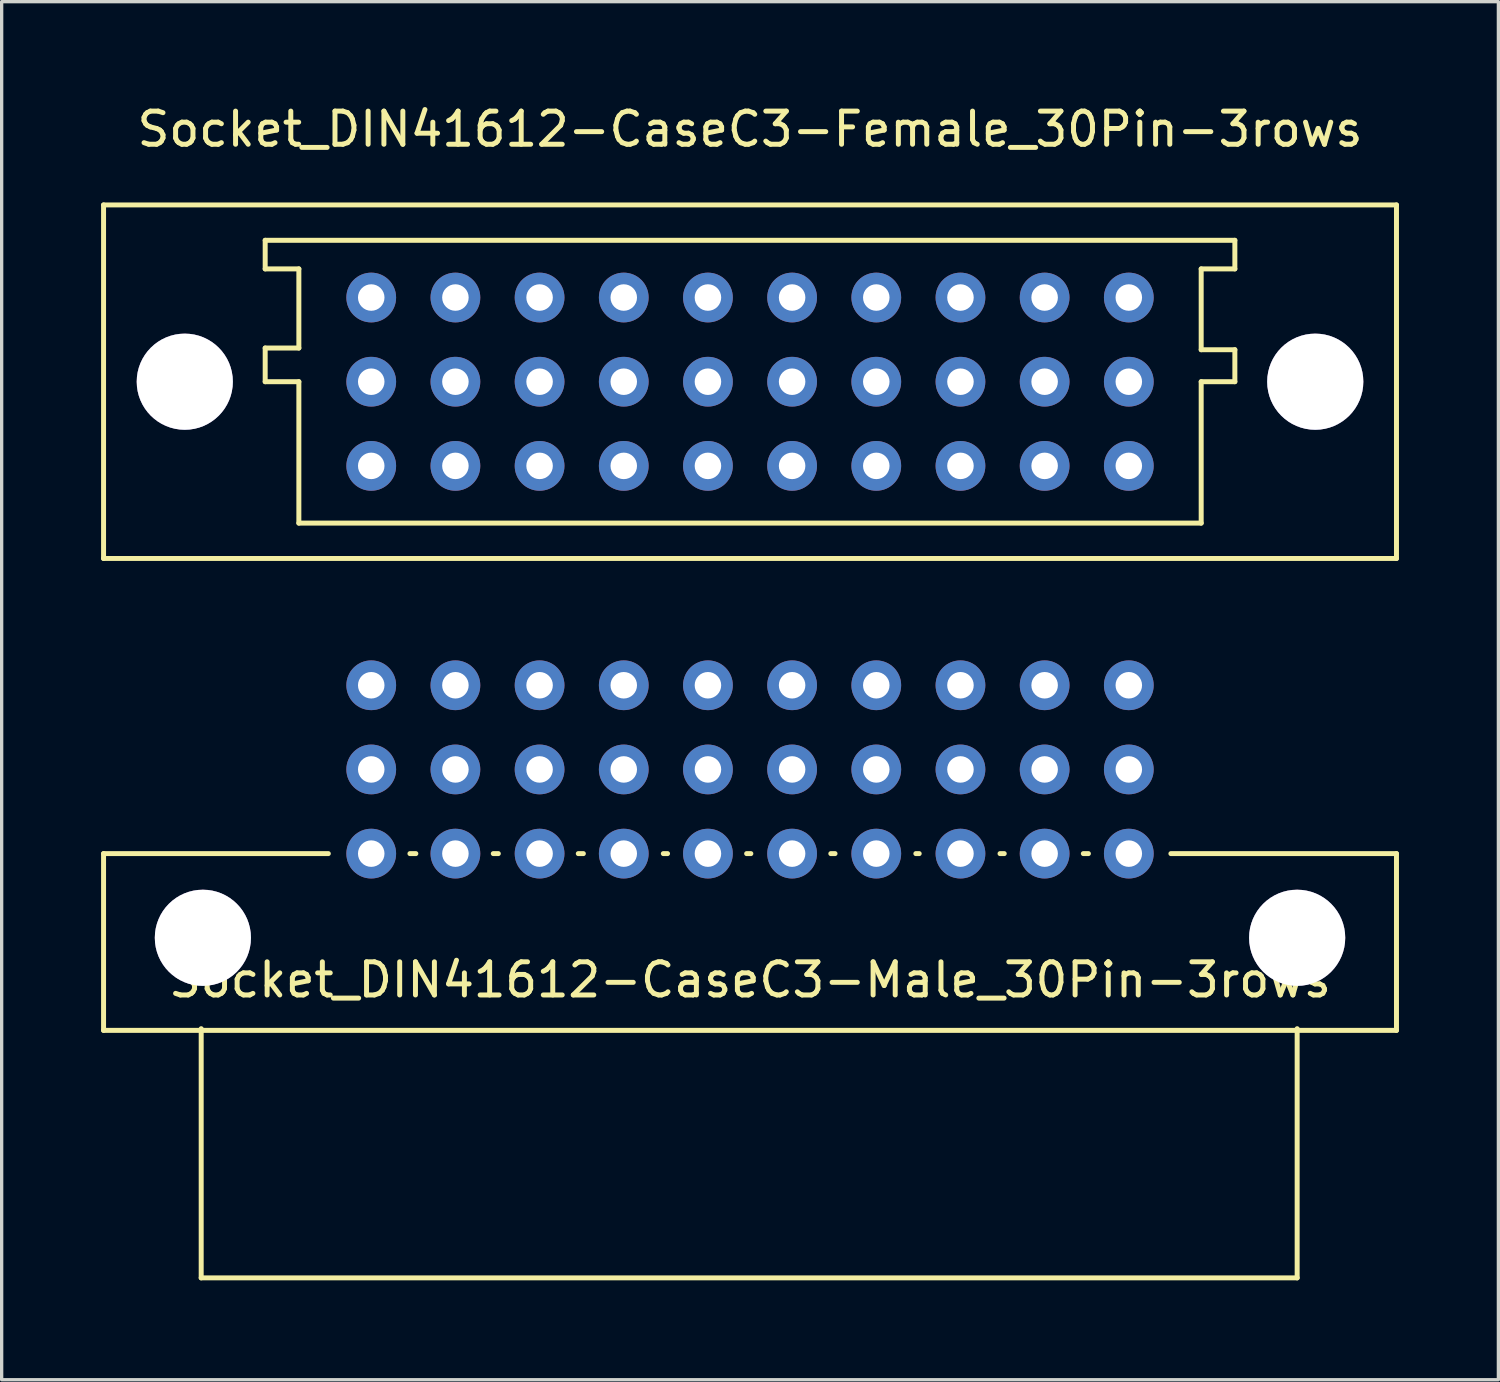
<source format=kicad_pcb>
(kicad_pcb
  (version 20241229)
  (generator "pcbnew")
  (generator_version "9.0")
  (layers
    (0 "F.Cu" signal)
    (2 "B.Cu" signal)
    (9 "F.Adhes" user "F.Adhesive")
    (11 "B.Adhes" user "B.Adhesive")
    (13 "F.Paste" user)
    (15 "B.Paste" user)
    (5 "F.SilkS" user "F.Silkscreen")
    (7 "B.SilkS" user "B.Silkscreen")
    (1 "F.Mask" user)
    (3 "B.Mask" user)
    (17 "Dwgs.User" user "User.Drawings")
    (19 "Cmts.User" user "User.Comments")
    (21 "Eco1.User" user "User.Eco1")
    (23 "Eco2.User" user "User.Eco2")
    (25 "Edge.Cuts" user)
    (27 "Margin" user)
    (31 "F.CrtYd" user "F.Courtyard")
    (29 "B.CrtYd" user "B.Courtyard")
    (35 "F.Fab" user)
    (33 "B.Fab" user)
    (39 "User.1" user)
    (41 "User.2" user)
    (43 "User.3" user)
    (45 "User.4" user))
  (footprint "Socket_DIN41612-CaseC3-Male_30Pin-3rows"
    (layer "F.Cu")
    (at 19.582 20.168)
    (property "Reference" "Socket_DIN41612-CaseC3-Male_30Pin-3rows" (at 0 6.35 0) (layer "F.SilkS") (effects (font (size 1 1) (thickness 0.15))))
    (attr through_hole)
    (fp_line (start -19.507 2.54) (end -12.725 2.54) (stroke (width 0.15) (type solid)) (layer "F.SilkS"))
    (fp_line (start -19.507 7.874) (end -19.507 2.54) (stroke (width 0.15) (type solid)) (layer "F.SilkS"))
    (fp_line (start -16.561 15.342) (end -16.561 7.823) (stroke (width 0.15) (type solid)) (layer "F.SilkS"))
    (fp_line (start -10.262 2.54) (end -10.084 2.54) (stroke (width 0.15) (type solid)) (layer "F.SilkS"))
    (fp_line (start -7.747 2.54) (end -7.595 2.54) (stroke (width 0.15) (type solid)) (layer "F.SilkS"))
    (fp_line (start -5.182 2.54) (end -5.029 2.54) (stroke (width 0.15) (type solid)) (layer "F.SilkS"))
    (fp_line (start -2.616 2.54) (end -2.489 2.54) (stroke (width 0.15) (type solid)) (layer "F.SilkS"))
    (fp_line (start -0.102 2.54) (end 0.025 2.54) (stroke (width 0.15) (type solid)) (layer "F.SilkS"))
    (fp_line (start 2.438 2.54) (end 2.565 2.54) (stroke (width 0.15) (type solid)) (layer "F.SilkS"))
    (fp_line (start 5.004 2.54) (end 5.105 2.54) (stroke (width 0.15) (type solid)) (layer "F.SilkS"))
    (fp_line (start 7.544 2.54) (end 7.671 2.54) (stroke (width 0.15) (type solid)) (layer "F.SilkS"))
    (fp_line (start 10.058 2.54) (end 10.211 2.54) (stroke (width 0.15) (type solid)) (layer "F.SilkS"))
    (fp_line (start 12.7 2.54) (end 19.507 2.54) (stroke (width 0.15) (type solid)) (layer "F.SilkS"))
    (fp_line (start 16.51 7.823) (end 16.51 15.342) (stroke (width 0.15) (type solid)) (layer "F.SilkS"))
    (fp_line (start 16.51 15.342) (end -16.561 15.342) (stroke (width 0.15) (type solid)) (layer "F.SilkS"))
    (fp_line (start 19.507 2.54) (end 19.507 7.874) (stroke (width 0.15) (type solid)) (layer "F.SilkS"))
    (fp_line (start 19.507 7.874) (end -19.507 7.874) (stroke (width 0.15) (type solid)) (layer "F.SilkS"))
    (pad "1" thru_hole circle (at -16.51 5.08) (size 2.901 2.901) (drill 2.901) (layers "*.Cu" "*.Mask"))
    (pad "1" thru_hole circle (at 16.51 5.08) (size 2.901 2.901) (drill 2.901) (layers "*.Cu" "*.Mask"))
    (pad "1a" thru_hole circle (at 11.43 -2.54 180) (size 1.501 1.501) (drill 0.8) (layers "*.Cu" "*.Mask"))
    (pad "1b" thru_hole circle (at 11.43 0 180) (size 1.501 1.501) (drill 0.8) (layers "*.Cu" "*.Mask"))
    (pad "1c" thru_hole circle (at 11.43 2.54 180) (size 1.501 1.501) (drill 0.8) (layers "*.Cu" "*.Mask"))
    (pad "2a" thru_hole circle (at 8.89 -2.54 180) (size 1.501 1.501) (drill 0.8) (layers "*.Cu" "*.Mask"))
    (pad "2b" thru_hole circle (at 8.89 0 180) (size 1.501 1.501) (drill 0.8) (layers "*.Cu" "*.Mask"))
    (pad "2c" thru_hole circle (at 8.89 2.54 180) (size 1.501 1.501) (drill 0.8) (layers "*.Cu" "*.Mask"))
    (pad "3a" thru_hole circle (at 6.35 -2.54 180) (size 1.501 1.501) (drill 0.8) (layers "*.Cu" "*.Mask"))
    (pad "3b" thru_hole circle (at 6.35 0 180) (size 1.501 1.501) (drill 0.8) (layers "*.Cu" "*.Mask"))
    (pad "3c" thru_hole circle (at 6.35 2.54 180) (size 1.501 1.501) (drill 0.8) (layers "*.Cu" "*.Mask"))
    (pad "4a" thru_hole circle (at 3.81 -2.54 180) (size 1.501 1.501) (drill 0.8) (layers "*.Cu" "*.Mask"))
    (pad "4b" thru_hole circle (at 3.81 0 180) (size 1.501 1.501) (drill 0.8) (layers "*.Cu" "*.Mask"))
    (pad "4c" thru_hole circle (at 3.81 2.54 180) (size 1.501 1.501) (drill 0.8) (layers "*.Cu" "*.Mask"))
    (pad "5a" thru_hole circle (at 1.27 -2.54 180) (size 1.501 1.501) (drill 0.8) (layers "*.Cu" "*.Mask"))
    (pad "5b" thru_hole circle (at 1.27 0 180) (size 1.501 1.501) (drill 0.8) (layers "*.Cu" "*.Mask"))
    (pad "5c" thru_hole circle (at 1.27 2.54 180) (size 1.501 1.501) (drill 0.8) (layers "*.Cu" "*.Mask"))
    (pad "6a" thru_hole circle (at -1.27 -2.54 180) (size 1.501 1.501) (drill 0.8) (layers "*.Cu" "*.Mask"))
    (pad "6b" thru_hole circle (at -1.27 0 180) (size 1.501 1.501) (drill 0.8) (layers "*.Cu" "*.Mask"))
    (pad "6c" thru_hole circle (at -1.27 2.54 180) (size 1.501 1.501) (drill 0.8) (layers "*.Cu" "*.Mask"))
    (pad "7a" thru_hole circle (at -3.81 -2.54 180) (size 1.501 1.501) (drill 0.8) (layers "*.Cu" "*.Mask"))
    (pad "7b" thru_hole circle (at -3.81 0 180) (size 1.501 1.501) (drill 0.8) (layers "*.Cu" "*.Mask"))
    (pad "7c" thru_hole circle (at -3.81 2.54 180) (size 1.501 1.501) (drill 0.8) (layers "*.Cu" "*.Mask"))
    (pad "8a" thru_hole circle (at -6.35 -2.54 180) (size 1.501 1.501) (drill 0.8) (layers "*.Cu" "*.Mask"))
    (pad "8b" thru_hole circle (at -6.35 0 180) (size 1.501 1.501) (drill 0.8) (layers "*.Cu" "*.Mask"))
    (pad "8c" thru_hole circle (at -6.35 2.54 180) (size 1.501 1.501) (drill 0.8) (layers "*.Cu" "*.Mask"))
    (pad "9a" thru_hole circle (at -8.89 -2.54 180) (size 1.501 1.501) (drill 0.8) (layers "*.Cu" "*.Mask"))
    (pad "9b" thru_hole circle (at -8.89 0 180) (size 1.501 1.501) (drill 0.8) (layers "*.Cu" "*.Mask"))
    (pad "9c" thru_hole circle (at -8.89 2.54 180) (size 1.501 1.501) (drill 0.8) (layers "*.Cu" "*.Mask"))
    (pad "10a" thru_hole circle (at -11.43 -2.54 180) (size 1.501 1.501) (drill 0.8) (layers "*.Cu" "*.Mask"))
    (pad "10b" thru_hole circle (at -11.43 0 180) (size 1.501 1.501) (drill 0.8) (layers "*.Cu" "*.Mask"))
    (pad "10c" thru_hole circle (at -11.43 2.54 180) (size 1.501 1.501) (drill 0.8) (layers "*.Cu" "*.Mask")))
  (footprint "Socket_DIN41612-CaseC3-Female_30Pin-3rows"
    (layer "F.Cu")
    (at 19.582 8.468)
    (property "Reference" "Socket_DIN41612-CaseC3-Female_30Pin-3rows" (at 0 -7.62 0) (layer "F.SilkS") (effects (font (size 1 1) (thickness 0.15))))
    (attr through_hole)
    (fp_line (start -19.507 -5.334) (end -19.507 5.334) (stroke (width 0.15) (type solid)) (layer "F.SilkS"))
    (fp_line (start -19.507 5.334) (end 19.507 5.334) (stroke (width 0.15) (type solid)) (layer "F.SilkS"))
    (fp_line (start -14.63 -3.404) (end -14.63 -4.267) (stroke (width 0.15) (type solid)) (layer "F.SilkS"))
    (fp_line (start -14.63 -1.016) (end -13.614 -1.016) (stroke (width 0.15) (type solid)) (layer "F.SilkS"))
    (fp_line (start -14.63 0) (end -14.63 -1.016) (stroke (width 0.15) (type solid)) (layer "F.SilkS"))
    (fp_line (start -13.614 -3.404) (end -14.63 -3.404) (stroke (width 0.15) (type solid)) (layer "F.SilkS"))
    (fp_line (start -13.614 -1.016) (end -13.614 -3.404) (stroke (width 0.15) (type solid)) (layer "F.SilkS"))
    (fp_line (start -13.614 0) (end -14.63 0) (stroke (width 0.15) (type solid)) (layer "F.SilkS"))
    (fp_line (start -13.614 4.267) (end -13.614 0) (stroke (width 0.15) (type solid)) (layer "F.SilkS"))
    (fp_line (start -13.614 4.267) (end 13.614 4.267) (stroke (width 0.15) (type solid)) (layer "F.SilkS"))
    (fp_line (start 13.614 -3.404) (end 14.63 -3.404) (stroke (width 0.15) (type solid)) (layer "F.SilkS"))
    (fp_line (start 13.614 -0.965) (end 13.614 -3.404) (stroke (width 0.15) (type solid)) (layer "F.SilkS"))
    (fp_line (start 13.614 0) (end 14.63 0) (stroke (width 0.15) (type solid)) (layer "F.SilkS"))
    (fp_line (start 13.614 4.267) (end 13.614 0) (stroke (width 0.15) (type solid)) (layer "F.SilkS"))
    (fp_line (start 14.63 -4.267) (end -14.63 -4.267) (stroke (width 0.15) (type solid)) (layer "F.SilkS"))
    (fp_line (start 14.63 -3.404) (end 14.63 -4.267) (stroke (width 0.15) (type solid)) (layer "F.SilkS"))
    (fp_line (start 14.63 -0.965) (end 13.614 -0.965) (stroke (width 0.15) (type solid)) (layer "F.SilkS"))
    (fp_line (start 14.63 0) (end 14.63 -0.965) (stroke (width 0.15) (type solid)) (layer "F.SilkS"))
    (fp_line (start 19.507 -5.334) (end -19.507 -5.334) (stroke (width 0.15) (type solid)) (layer "F.SilkS"))
    (fp_line (start 19.507 5.334) (end 19.507 -5.334) (stroke (width 0.15) (type solid)) (layer "F.SilkS"))
    (pad "1" thru_hole circle (at -17.056 0) (size 2.901 2.901) (drill 2.901) (layers "*.Cu" "*.Mask"))
    (pad "1" thru_hole circle (at 17.056 0) (size 2.901 2.901) (drill 2.901) (layers "*.Cu" "*.Mask"))
    (pad "1a" thru_hole circle (at 11.43 -2.54 180) (size 1.501 1.501) (drill 0.8) (layers "*.Cu" "*.Mask"))
    (pad "1b" thru_hole circle (at 11.43 0 180) (size 1.501 1.501) (drill 0.8) (layers "*.Cu" "*.Mask"))
    (pad "1c" thru_hole circle (at 11.43 2.54 180) (size 1.501 1.501) (drill 0.8) (layers "*.Cu" "*.Mask"))
    (pad "2a" thru_hole circle (at 8.89 -2.54 180) (size 1.501 1.501) (drill 0.8) (layers "*.Cu" "*.Mask"))
    (pad "2b" thru_hole circle (at 8.89 0 180) (size 1.501 1.501) (drill 0.8) (layers "*.Cu" "*.Mask"))
    (pad "2c" thru_hole circle (at 8.89 2.54 180) (size 1.501 1.501) (drill 0.8) (layers "*.Cu" "*.Mask"))
    (pad "3a" thru_hole circle (at 6.35 -2.54 180) (size 1.501 1.501) (drill 0.8) (layers "*.Cu" "*.Mask"))
    (pad "3b" thru_hole circle (at 6.35 0 180) (size 1.501 1.501) (drill 0.8) (layers "*.Cu" "*.Mask"))
    (pad "3c" thru_hole circle (at 6.35 2.54 180) (size 1.501 1.501) (drill 0.8) (layers "*.Cu" "*.Mask"))
    (pad "4a" thru_hole circle (at 3.81 -2.54 180) (size 1.501 1.501) (drill 0.8) (layers "*.Cu" "*.Mask"))
    (pad "4b" thru_hole circle (at 3.81 0 180) (size 1.501 1.501) (drill 0.8) (layers "*.Cu" "*.Mask"))
    (pad "4c" thru_hole circle (at 3.81 2.54 180) (size 1.501 1.501) (drill 0.8) (layers "*.Cu" "*.Mask"))
    (pad "5a" thru_hole circle (at 1.27 -2.54 180) (size 1.501 1.501) (drill 0.8) (layers "*.Cu" "*.Mask"))
    (pad "5b" thru_hole circle (at 1.27 0 180) (size 1.501 1.501) (drill 0.8) (layers "*.Cu" "*.Mask"))
    (pad "5c" thru_hole circle (at 1.27 2.54 180) (size 1.501 1.501) (drill 0.8) (layers "*.Cu" "*.Mask"))
    (pad "6a" thru_hole circle (at -1.27 -2.54 180) (size 1.501 1.501) (drill 0.8) (layers "*.Cu" "*.Mask"))
    (pad "6b" thru_hole circle (at -1.27 0 180) (size 1.501 1.501) (drill 0.8) (layers "*.Cu" "*.Mask"))
    (pad "6c" thru_hole circle (at -1.27 2.54 180) (size 1.501 1.501) (drill 0.8) (layers "*.Cu" "*.Mask"))
    (pad "7a" thru_hole circle (at -3.81 -2.54 180) (size 1.501 1.501) (drill 0.8) (layers "*.Cu" "*.Mask"))
    (pad "7b" thru_hole circle (at -3.81 0 180) (size 1.501 1.501) (drill 0.8) (layers "*.Cu" "*.Mask"))
    (pad "7c" thru_hole circle (at -3.81 2.54 180) (size 1.501 1.501) (drill 0.8) (layers "*.Cu" "*.Mask"))
    (pad "8a" thru_hole circle (at -6.35 -2.54 180) (size 1.501 1.501) (drill 0.8) (layers "*.Cu" "*.Mask"))
    (pad "8b" thru_hole circle (at -6.35 0 180) (size 1.501 1.501) (drill 0.8) (layers "*.Cu" "*.Mask"))
    (pad "8c" thru_hole circle (at -6.35 2.54 180) (size 1.501 1.501) (drill 0.8) (layers "*.Cu" "*.Mask"))
    (pad "9a" thru_hole circle (at -8.89 -2.54 180) (size 1.501 1.501) (drill 0.8) (layers "*.Cu" "*.Mask"))
    (pad "9b" thru_hole circle (at -8.89 0 180) (size 1.501 1.501) (drill 0.8) (layers "*.Cu" "*.Mask"))
    (pad "9c" thru_hole circle (at -8.89 2.54 180) (size 1.501 1.501) (drill 0.8) (layers "*.Cu" "*.Mask"))
    (pad "10a" thru_hole circle (at -11.43 -2.54 180) (size 1.501 1.501) (drill 0.8) (layers "*.Cu" "*.Mask"))
    (pad "10b" thru_hole circle (at -11.43 0 180) (size 1.501 1.501) (drill 0.8) (layers "*.Cu" "*.Mask"))
    (pad "10c" thru_hole circle (at -11.43 2.54 180) (size 1.501 1.501) (drill 0.8) (layers "*.Cu" "*.Mask")))
  (gr_rect
    (start -3 -3)
    (end 42.164 38.584)
    (stroke (width 0.1) (type default))
    (fill no)
    (layer "Edge.Cuts")))
</source>
